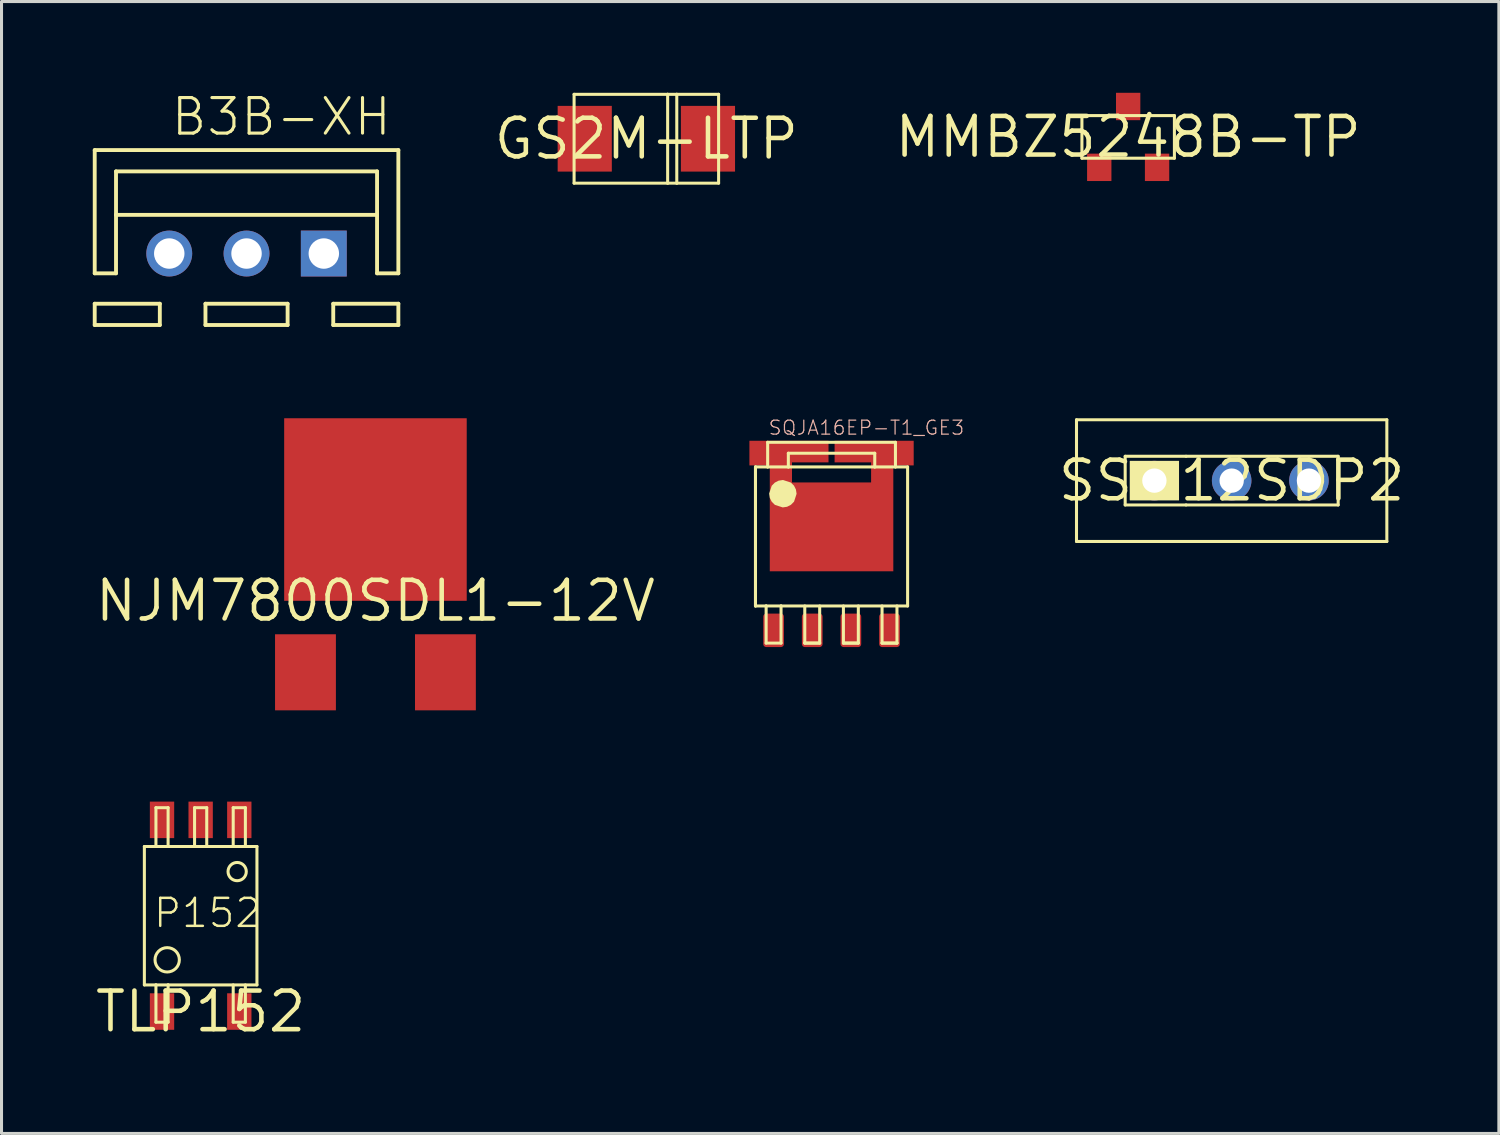
<source format=kicad_pcb>
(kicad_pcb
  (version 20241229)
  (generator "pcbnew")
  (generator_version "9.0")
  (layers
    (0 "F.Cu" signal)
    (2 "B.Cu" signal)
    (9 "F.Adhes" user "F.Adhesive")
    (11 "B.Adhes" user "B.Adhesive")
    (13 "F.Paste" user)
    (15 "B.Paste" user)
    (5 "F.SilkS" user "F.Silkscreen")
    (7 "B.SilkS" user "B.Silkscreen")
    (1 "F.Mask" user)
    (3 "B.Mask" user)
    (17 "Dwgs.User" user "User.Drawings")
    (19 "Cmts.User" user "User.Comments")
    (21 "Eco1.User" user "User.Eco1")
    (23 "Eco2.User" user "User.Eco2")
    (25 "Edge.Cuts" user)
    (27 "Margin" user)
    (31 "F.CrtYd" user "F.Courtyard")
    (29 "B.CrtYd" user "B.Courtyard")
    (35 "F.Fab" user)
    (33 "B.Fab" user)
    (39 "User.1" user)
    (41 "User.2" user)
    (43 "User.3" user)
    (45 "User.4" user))
  (footprint "SQJA16EP-T1_GE3"
    (layer "F.Cu")
    (at 24.281 15.677)
    (property "Reference" "SQJA16EP-T1_GE3" (at -2.1 -4.4 0) (layer "B.SilkS") (effects (font (size 0.46 0.46) (thickness 0.04)) (justify left bottom)))
    (fp_poly (pts (xy -0.1 -3.53) (xy -1.3 -3.53) (xy -1.3 -2.87) (xy 1.3 -2.87) (xy 1.3 -3.53) (xy 0.1 -3.53) (xy 0.1 -4.24) (xy 2.7 -4.24) (xy 2.7 -3.43) (xy 2.03 -3.43) (xy 2.03 0.05) (xy -2.03 0.05) (xy -2.03 -3.43) (xy -2.7 -3.43) (xy -2.7 -4.24) (xy -0.1 -4.24)) (stroke (width 0) (type default)) (fill yes) (layer "F.Cu"))
    (fp_poly (pts (xy -0.1 -3.53) (xy -1.3 -3.53) (xy -1.3 -2.87) (xy 1.3 -2.87) (xy 1.3 -3.53) (xy 0.1 -3.53) (xy 0.1 -4.24) (xy 2.7 -4.24) (xy 2.7 -3.43) (xy 2.03 -3.43) (xy 2.03 0.05) (xy -2.03 0.05) (xy -2.03 -3.43) (xy -2.7 -3.43) (xy -2.7 -4.24) (xy -0.1 -4.24)) (stroke (width 0) (type default)) (fill yes) (layer "F.Mask"))
    (fp_line (start -2.5 -3.38) (end -2.5 1.19) (stroke (width 0.1) (type solid)) (layer "F.SilkS"))
    (fp_line (start -2.5 -3.38) (end -2.5 1.19) (stroke (width 0.1) (type solid)) (layer "F.SilkS"))
    (fp_line (start -2.5 1.19) (end -2.15 1.19) (stroke (width 0.1) (type solid)) (layer "F.SilkS"))
    (fp_line (start -2.15 1.19) (end -2.15 2.41) (stroke (width 0.1) (type solid)) (layer "F.SilkS"))
    (fp_line (start -2.15 1.19) (end -1.66 1.19) (stroke (width 0.1) (type solid)) (layer "F.SilkS"))
    (fp_line (start -2.15 2.41) (end -1.66 2.41) (stroke (width 0.1) (type solid)) (layer "F.SilkS"))
    (fp_line (start -2.1 -4.19) (end 2.1 -4.19) (stroke (width 0.1) (type solid)) (layer "F.SilkS"))
    (fp_line (start -2.1 -3.38) (end -2.5 -3.38) (stroke (width 0.1) (type solid)) (layer "F.SilkS"))
    (fp_line (start -2.1 -3.38) (end -2.1 -4.19) (stroke (width 0.1) (type solid)) (layer "F.SilkS"))
    (fp_line (start -1.66 1.19) (end 2.5 1.19) (stroke (width 0.1) (type solid)) (layer "F.SilkS"))
    (fp_line (start -1.66 2.41) (end -1.66 1.19) (stroke (width 0.1) (type solid)) (layer "F.SilkS"))
    (fp_line (start -1.42 -3.83) (end 1.42 -3.83) (stroke (width 0.1) (type solid)) (layer "F.SilkS"))
    (fp_line (start -1.42 -3.38) (end -2.1 -3.38) (stroke (width 0.1) (type solid)) (layer "F.SilkS"))
    (fp_line (start -1.42 -3.38) (end -1.42 -3.83) (stroke (width 0.1) (type solid)) (layer "F.SilkS"))
    (fp_line (start -0.88 1.19) (end -0.88 2.41) (stroke (width 0.1) (type solid)) (layer "F.SilkS"))
    (fp_line (start -0.88 2.41) (end -0.39 2.41) (stroke (width 0.1) (type solid)) (layer "F.SilkS"))
    (fp_line (start -0.88 2.41) (end -0.39 2.41) (stroke (width 0.1) (type solid)) (layer "F.SilkS"))
    (fp_line (start -0.39 2.41) (end -0.39 1.19) (stroke (width 0.1) (type solid)) (layer "F.SilkS"))
    (fp_line (start 0.39 1.19) (end 0.39 2.41) (stroke (width 0.1) (type solid)) (layer "F.SilkS"))
    (fp_line (start 0.39 2.41) (end 0.88 2.41) (stroke (width 0.1) (type solid)) (layer "F.SilkS"))
    (fp_line (start 0.39 2.41) (end 0.88 2.41) (stroke (width 0.1) (type solid)) (layer "F.SilkS"))
    (fp_line (start 0.88 2.41) (end 0.88 1.19) (stroke (width 0.1) (type solid)) (layer "F.SilkS"))
    (fp_line (start 1.42 -3.83) (end 1.42 -3.38) (stroke (width 0.1) (type solid)) (layer "F.SilkS"))
    (fp_line (start 1.42 -3.38) (end -1.42 -3.38) (stroke (width 0.1) (type solid)) (layer "F.SilkS"))
    (fp_line (start 1.66 1.19) (end 1.66 2.41) (stroke (width 0.1) (type solid)) (layer "F.SilkS"))
    (fp_line (start 1.66 2.41) (end 2.15 2.41) (stroke (width 0.1) (type solid)) (layer "F.SilkS"))
    (fp_line (start 1.66 2.41) (end 2.15 2.41) (stroke (width 0.1) (type solid)) (layer "F.SilkS"))
    (fp_line (start 2.1 -4.19) (end 2.1 -3.38) (stroke (width 0.1) (type solid)) (layer "F.SilkS"))
    (fp_line (start 2.1 -3.38) (end 1.42 -3.38) (stroke (width 0.1) (type solid)) (layer "F.SilkS"))
    (fp_line (start 2.15 2.41) (end 2.15 1.19) (stroke (width 0.1) (type solid)) (layer "F.SilkS"))
    (fp_line (start 2.5 -3.38) (end 2.1 -3.38) (stroke (width 0.1) (type solid)) (layer "F.SilkS"))
    (fp_line (start 2.5 1.19) (end 2.5 -3.38) (stroke (width 0.1) (type solid)) (layer "F.SilkS"))
    (fp_poly (pts (xy -1.338 -2.867) (xy -1.235 -2.765) (xy -1.171 -2.639) (xy -1.149 -2.496) (xy -1.233 -2.238) (xy -1.335 -2.135) (xy -1.461 -2.071) (xy -1.604 -2.049) (xy -1.862 -2.133) (xy -1.965 -2.235) (xy -2.029 -2.361) (xy -2.051 -2.504) (xy -1.967 -2.762) (xy -1.865 -2.865) (xy -1.739 -2.929) (xy -1.596 -2.951)) (stroke (width 0) (type default)) (fill yes) (layer "F.SilkS"))
    (fp_poly (pts (xy -0.1 -3.53) (xy -1.3 -3.53) (xy -1.3 -2.87) (xy 1.3 -2.87) (xy 1.3 -3.53) (xy 0.1 -3.53) (xy 0.1 -4.24) (xy 2.7 -4.24) (xy 2.7 -3.43) (xy 2.03 -3.43) (xy 2.03 0.05) (xy -2.03 0.05) (xy -2.03 -3.43) (xy -2.7 -3.43) (xy -2.7 -4.24) (xy -0.1 -4.24)) (stroke (width 0) (type default)) (fill yes) (layer "F.Paste"))
    (pad "D" smd rect (at 0 -1.27) (size 0.68 1.1) (layers "F.Cu" "F.Mask" "F.Paste"))
    (pad "G" smd roundrect (at 1.905 1.99) (size 0.68 1.1) (layers "F.Cu" "F.Mask" "F.Paste") (roundrect_rratio 0.145))
    (pad "S1" smd roundrect (at -1.905 1.99) (size 0.68 1.1) (layers "F.Cu" "F.Mask" "F.Paste") (roundrect_rratio 0.145))
    (pad "S2" smd roundrect (at -0.635 1.99) (size 0.68 1.1) (layers "F.Cu" "F.Mask" "F.Paste") (roundrect_rratio 0.145))
    (pad "S3" smd roundrect (at 0.635 1.99) (size 0.68 1.1) (layers "F.Cu" "F.Mask" "F.Paste") (roundrect_rratio 0.145)))
  (footprint "B3B-XH"
    (layer "F.Cu")
    (at 5.053 5.283)
    (property "Reference" "B3B-XH" (at -2.54 -3.81 0) (layer "F.SilkS") (effects (font (size 1.168 1.168) (thickness 0.102)) (justify left bottom)))
    (fp_line (start -4.99 -3.4) (end 4.99 -3.4) (stroke (width 0.127) (type solid)) (layer "F.SilkS"))
    (fp_line (start -4.99 0.65) (end -4.99 -3.4) (stroke (width 0.127) (type solid)) (layer "F.SilkS"))
    (fp_line (start -4.99 0.65) (end -4.29 0.65) (stroke (width 0.127) (type solid)) (layer "F.SilkS"))
    (fp_line (start -4.99 2.35) (end -4.99 1.65) (stroke (width 0.127) (type solid)) (layer "F.SilkS"))
    (fp_line (start -4.29 -2.7) (end 4.29 -2.7) (stroke (width 0.127) (type solid)) (layer "F.SilkS"))
    (fp_line (start -4.29 -1.27) (end -4.29 -2.7) (stroke (width 0.127) (type solid)) (layer "F.SilkS"))
    (fp_line (start -4.29 -1.27) (end 4.29 -1.27) (stroke (width 0.127) (type solid)) (layer "F.SilkS"))
    (fp_line (start -4.29 0.65) (end -4.29 -1.27) (stroke (width 0.127) (type solid)) (layer "F.SilkS"))
    (fp_line (start -2.85 1.65) (end -4.99 1.65) (stroke (width 0.127) (type solid)) (layer "F.SilkS"))
    (fp_line (start -2.85 1.65) (end -2.85 2.35) (stroke (width 0.127) (type solid)) (layer "F.SilkS"))
    (fp_line (start -2.85 2.35) (end -4.99 2.35) (stroke (width 0.127) (type solid)) (layer "F.SilkS"))
    (fp_line (start -1.35 1.65) (end -1.35 2.35) (stroke (width 0.127) (type solid)) (layer "F.SilkS"))
    (fp_line (start 1.35 1.65) (end -1.35 1.65) (stroke (width 0.127) (type solid)) (layer "F.SilkS"))
    (fp_line (start 1.35 1.65) (end 1.35 2.35) (stroke (width 0.127) (type solid)) (layer "F.SilkS"))
    (fp_line (start 1.35 2.35) (end -1.35 2.35) (stroke (width 0.127) (type solid)) (layer "F.SilkS"))
    (fp_line (start 2.85 1.65) (end 2.85 2.35) (stroke (width 0.127) (type solid)) (layer "F.SilkS"))
    (fp_line (start 2.85 1.65) (end 4.99 1.65) (stroke (width 0.127) (type solid)) (layer "F.SilkS"))
    (fp_line (start 2.85 2.35) (end 4.99 2.35) (stroke (width 0.127) (type solid)) (layer "F.SilkS"))
    (fp_line (start 4.29 -2.7) (end 4.29 -1.27) (stroke (width 0.127) (type solid)) (layer "F.SilkS"))
    (fp_line (start 4.29 -1.27) (end 4.29 0.65) (stroke (width 0.127) (type solid)) (layer "F.SilkS"))
    (fp_line (start 4.29 0.65) (end 4.99 0.65) (stroke (width 0.127) (type solid)) (layer "F.SilkS"))
    (fp_line (start 4.99 -3.4) (end 4.99 0.65) (stroke (width 0.127) (type solid)) (layer "F.SilkS"))
    (fp_line (start 4.99 2.35) (end 4.99 1.65) (stroke (width 0.127) (type solid)) (layer "F.SilkS"))
    (pad "1" thru_hole rect (at 2.54 0) (size 1.508 1.508) (drill 1) (layers "*.Cu" "*.Mask"))
    (pad "2" thru_hole circle (at 0 0) (size 1.508 1.508) (drill 1) (layers "*.Cu" "*.Mask"))
    (pad "3" thru_hole circle (at -2.54 0) (size 1.508 1.508) (drill 1) (layers "*.Cu" "*.Mask")))
  (footprint "TLP152"
    (layer "F.Cu")
    (at 3.545 30.197)
    (property "Reference" "TLP152" (at 0 0 0) (layer "F.SilkS") (effects (font (size 1.27 1.27) (thickness 0.15))))
    (fp_line (start -1.85 -5.425) (end -1.85 -0.875) (stroke (width 0.1) (type solid)) (layer "F.SilkS"))
    (fp_line (start -1.85 -0.875) (end -1.47 -0.875) (stroke (width 0.1) (type solid)) (layer "F.SilkS"))
    (fp_line (start -1.47 -6.7) (end -1.47 -5.475) (stroke (width 0.1) (type solid)) (layer "F.SilkS"))
    (fp_line (start -1.47 -0.875) (end -1.47 0.35) (stroke (width 0.1) (type solid)) (layer "F.SilkS"))
    (fp_line (start -1.47 -0.875) (end -1.07 -0.875) (stroke (width 0.1) (type solid)) (layer "F.SilkS"))
    (fp_line (start -1.47 0.35) (end -1.07 0.35) (stroke (width 0.1) (type solid)) (layer "F.SilkS"))
    (fp_line (start -1.07 -6.7) (end -1.47 -6.7) (stroke (width 0.1) (type solid)) (layer "F.SilkS"))
    (fp_line (start -1.07 -5.475) (end -1.07 -6.7) (stroke (width 0.1) (type solid)) (layer "F.SilkS"))
    (fp_line (start -1.07 -0.875) (end 1.85 -0.875) (stroke (width 0.1) (type solid)) (layer "F.SilkS"))
    (fp_line (start -1.07 0.35) (end -1.07 -0.875) (stroke (width 0.1) (type solid)) (layer "F.SilkS"))
    (fp_line (start -0.2 -6.7) (end -0.2 -5.475) (stroke (width 0.1) (type solid)) (layer "F.SilkS"))
    (fp_line (start 0.2 -6.7) (end -0.2 -6.7) (stroke (width 0.1) (type solid)) (layer "F.SilkS"))
    (fp_line (start 0.2 -5.475) (end 0.2 -6.7) (stroke (width 0.1) (type solid)) (layer "F.SilkS"))
    (fp_line (start 1.07 -6.7) (end 1.07 -5.475) (stroke (width 0.1) (type solid)) (layer "F.SilkS"))
    (fp_line (start 1.07 -0.875) (end 1.07 0.35) (stroke (width 0.1) (type solid)) (layer "F.SilkS"))
    (fp_line (start 1.07 0.35) (end 1.47 0.35) (stroke (width 0.1) (type solid)) (layer "F.SilkS"))
    (fp_line (start 1.47 -6.7) (end 1.07 -6.7) (stroke (width 0.1) (type solid)) (layer "F.SilkS"))
    (fp_line (start 1.47 -5.475) (end 1.47 -6.7) (stroke (width 0.1) (type solid)) (layer "F.SilkS"))
    (fp_line (start 1.47 0.35) (end 1.47 -0.875) (stroke (width 0.1) (type solid)) (layer "F.SilkS"))
    (fp_line (start 1.85 -5.425) (end -1.85 -5.425) (stroke (width 0.1) (type solid)) (layer "F.SilkS"))
    (fp_line (start 1.85 -0.875) (end 1.85 -5.425) (stroke (width 0.1) (type solid)) (layer "F.SilkS"))
    (fp_circle (center -1.1 -1.7) (end -0.7 -1.7) (stroke (width 0.1) (type solid)) (fill no) (layer "F.SilkS"))
    (fp_circle (center 1.2 -4.6) (end 1.5 -4.6) (stroke (width 0.1) (type solid)) (fill no) (layer "F.SilkS"))
    (fp_text user "P152" (at -1.6 -2.7 0) (layer "F.SilkS") (effects (font (size 0.92 0.92) (thickness 0.08)) (justify left bottom)))
    (pad "ANODE" smd rect (at -1.27 0) (size 0.8 1.2) (layers "F.Cu" "F.Mask" "F.Paste"))
    (pad "CATHODE" smd rect (at 1.27 0) (size 0.8 1.2) (layers "F.Cu" "F.Mask" "F.Paste"))
    (pad "GND" smd rect (at 1.27 -6.3) (size 0.8 1.2) (layers "F.Cu" "F.Mask" "F.Paste"))
    (pad "VCC" smd rect (at -1.27 -6.3) (size 0.8 1.2) (layers "F.Cu" "F.Mask" "F.Paste"))
    (pad "VO" smd rect (at 0 -6.3) (size 0.8 1.2) (layers "F.Cu" "F.Mask" "F.Paste")))
  (footprint "SS-12SDP2"
    (layer "F.Cu")
    (at 37.432 12.747)
    (property "Reference" "SS-12SDP2" (at 0 0 0) (layer "F.SilkS") (effects (font (size 1.27 1.27) (thickness 0.15))))
    (fp_line (start -5.1 -2) (end -5.1 2) (stroke (width 0.1) (type solid)) (layer "F.SilkS"))
    (fp_line (start -5.1 2) (end 5.1 2) (stroke (width 0.1) (type solid)) (layer "F.SilkS"))
    (fp_line (start -3.5 -0.8) (end -3.5 0.8) (stroke (width 0.1) (type solid)) (layer "F.SilkS"))
    (fp_line (start -3.5 0.8) (end -1.5 0.8) (stroke (width 0.1) (type solid)) (layer "F.SilkS"))
    (fp_line (start -1.5 -0.8) (end -3.5 -0.8) (stroke (width 0.1) (type solid)) (layer "F.SilkS"))
    (fp_line (start -1.5 0.8) (end 3.5 0.8) (stroke (width 0.1) (type solid)) (layer "F.SilkS"))
    (fp_line (start 3.5 -0.8) (end -1.5 -0.8) (stroke (width 0.1) (type solid)) (layer "F.SilkS"))
    (fp_line (start 3.5 0.8) (end 3.5 -0.8) (stroke (width 0.1) (type solid)) (layer "F.SilkS"))
    (fp_line (start 5.1 -2) (end -5.1 -2) (stroke (width 0.1) (type solid)) (layer "F.SilkS"))
    (fp_line (start 5.1 2) (end 5.1 -2) (stroke (width 0.1) (type solid)) (layer "F.SilkS"))
    (fp_poly (pts (xy -1.73 0.65) (xy -3.35 0.65) (xy -3.35 -0.65) (xy -1.73 -0.65)) (stroke (width 0) (type default)) (fill yes) (layer "F.SilkS"))
    (pad "C" thru_hole circle (at 0 0) (size 1.3 1.3) (drill 0.8) (layers "*.Cu" "*.Mask"))
    (pad "L" thru_hole circle (at -2.54 0) (size 1.3 1.3) (drill 0.8) (layers "*.Cu" "*.Mask"))
    (pad "R" thru_hole circle (at 2.54 0) (size 1.3 1.3) (drill 0.8) (layers "*.Cu" "*.Mask")))
  (footprint "GS2M-LTP"
    (layer "F.Cu")
    (at 18.194 1.51)
    (property "Reference" "GS2M-LTP" (at 0 0 0) (layer "F.SilkS") (effects (font (size 1.27 1.27) (thickness 0.15))))
    (fp_line (start -2.375 -1.46) (end -2.375 1.46) (stroke (width 0.1) (type solid)) (layer "F.SilkS"))
    (fp_line (start -2.375 1.46) (end 0.7 1.46) (stroke (width 0.1) (type solid)) (layer "F.SilkS"))
    (fp_line (start 0.7 -1.46) (end -2.375 -1.46) (stroke (width 0.1) (type solid)) (layer "F.SilkS"))
    (fp_line (start 0.7 -1.46) (end 0.7 1.46) (stroke (width 0.1) (type solid)) (layer "F.SilkS"))
    (fp_line (start 0.7 1.46) (end 1 1.46) (stroke (width 0.1) (type solid)) (layer "F.SilkS"))
    (fp_line (start 1 -1.46) (end 0.7 -1.46) (stroke (width 0.1) (type solid)) (layer "F.SilkS"))
    (fp_line (start 1 -1.46) (end 1 1.46) (stroke (width 0.1) (type solid)) (layer "F.SilkS"))
    (fp_line (start 1 1.46) (end 2.375 1.46) (stroke (width 0.1) (type solid)) (layer "F.SilkS"))
    (fp_line (start 2.375 -1.46) (end 1 -1.46) (stroke (width 0.1) (type solid)) (layer "F.SilkS"))
    (fp_line (start 2.375 1.46) (end 2.375 -1.46) (stroke (width 0.1) (type solid)) (layer "F.SilkS"))
    (pad "A" smd rect (at -2.025 0) (size 1.78 2.16) (layers "F.Cu" "F.Mask" "F.Paste"))
    (pad "C" smd rect (at 2.025 0) (size 1.78 2.16) (layers "F.Cu" "F.Mask" "F.Paste")))
  (footprint "MMBZ5248B-TP"
    (layer "F.Cu")
    (at 34.03 1.45)
    (property "Reference" "MMBZ5248B-TP" (at 0 0 0) (layer "F.SilkS") (effects (font (size 1.27 1.27) (thickness 0.15))))
    (fp_line (start -1.52 -0.7) (end -1.52 0.7) (stroke (width 0.1) (type solid)) (layer "F.SilkS"))
    (fp_line (start -1.52 0.7) (end 1.52 0.7) (stroke (width 0.1) (type solid)) (layer "F.SilkS"))
    (fp_line (start 1.52 -0.7) (end -1.52 -0.7) (stroke (width 0.1) (type solid)) (layer "F.SilkS"))
    (fp_line (start 1.52 0.7) (end 1.52 -0.7) (stroke (width 0.1) (type solid)) (layer "F.SilkS"))
    (pad "ANODE" smd rect (at -0.95 1) (size 0.8 0.9) (layers "F.Cu" "F.Mask" "F.Paste"))
    (pad "CATHODE" smd rect (at 0 -1) (size 0.8 0.9) (layers "F.Cu" "F.Mask" "F.Paste"))
    (pad "NC" smd rect (at 0.95 1) (size 0.8 0.9) (layers "F.Cu" "F.Mask" "F.Paste")))
  (footprint "NJM7800SDL1-12V"
    (layer "F.Cu")
    (at 9.29 16.697)
    (property "Reference" "NJM7800SDL1-12V" (at 0 0 0) (layer "F.SilkS") (effects (font (size 1.27 1.27) (thickness 0.15))))
    (pad "GND" smd rect (at 0 -3) (size 6 6) (layers "F.Cu" "F.Mask" "F.Paste"))
    (pad "VIN" smd rect (at -2.3 2.35) (size 2 2.5) (layers "F.Cu" "F.Mask" "F.Paste"))
    (pad "VOUT" smd rect (at 2.3 2.35) (size 2 2.5) (layers "F.Cu" "F.Mask" "F.Paste")))
  (gr_rect
    (start -3 -3)
    (end 46.214 34.203)
    (stroke (width 0.1) (type default))
    (fill no)
    (layer "Edge.Cuts")))
</source>
